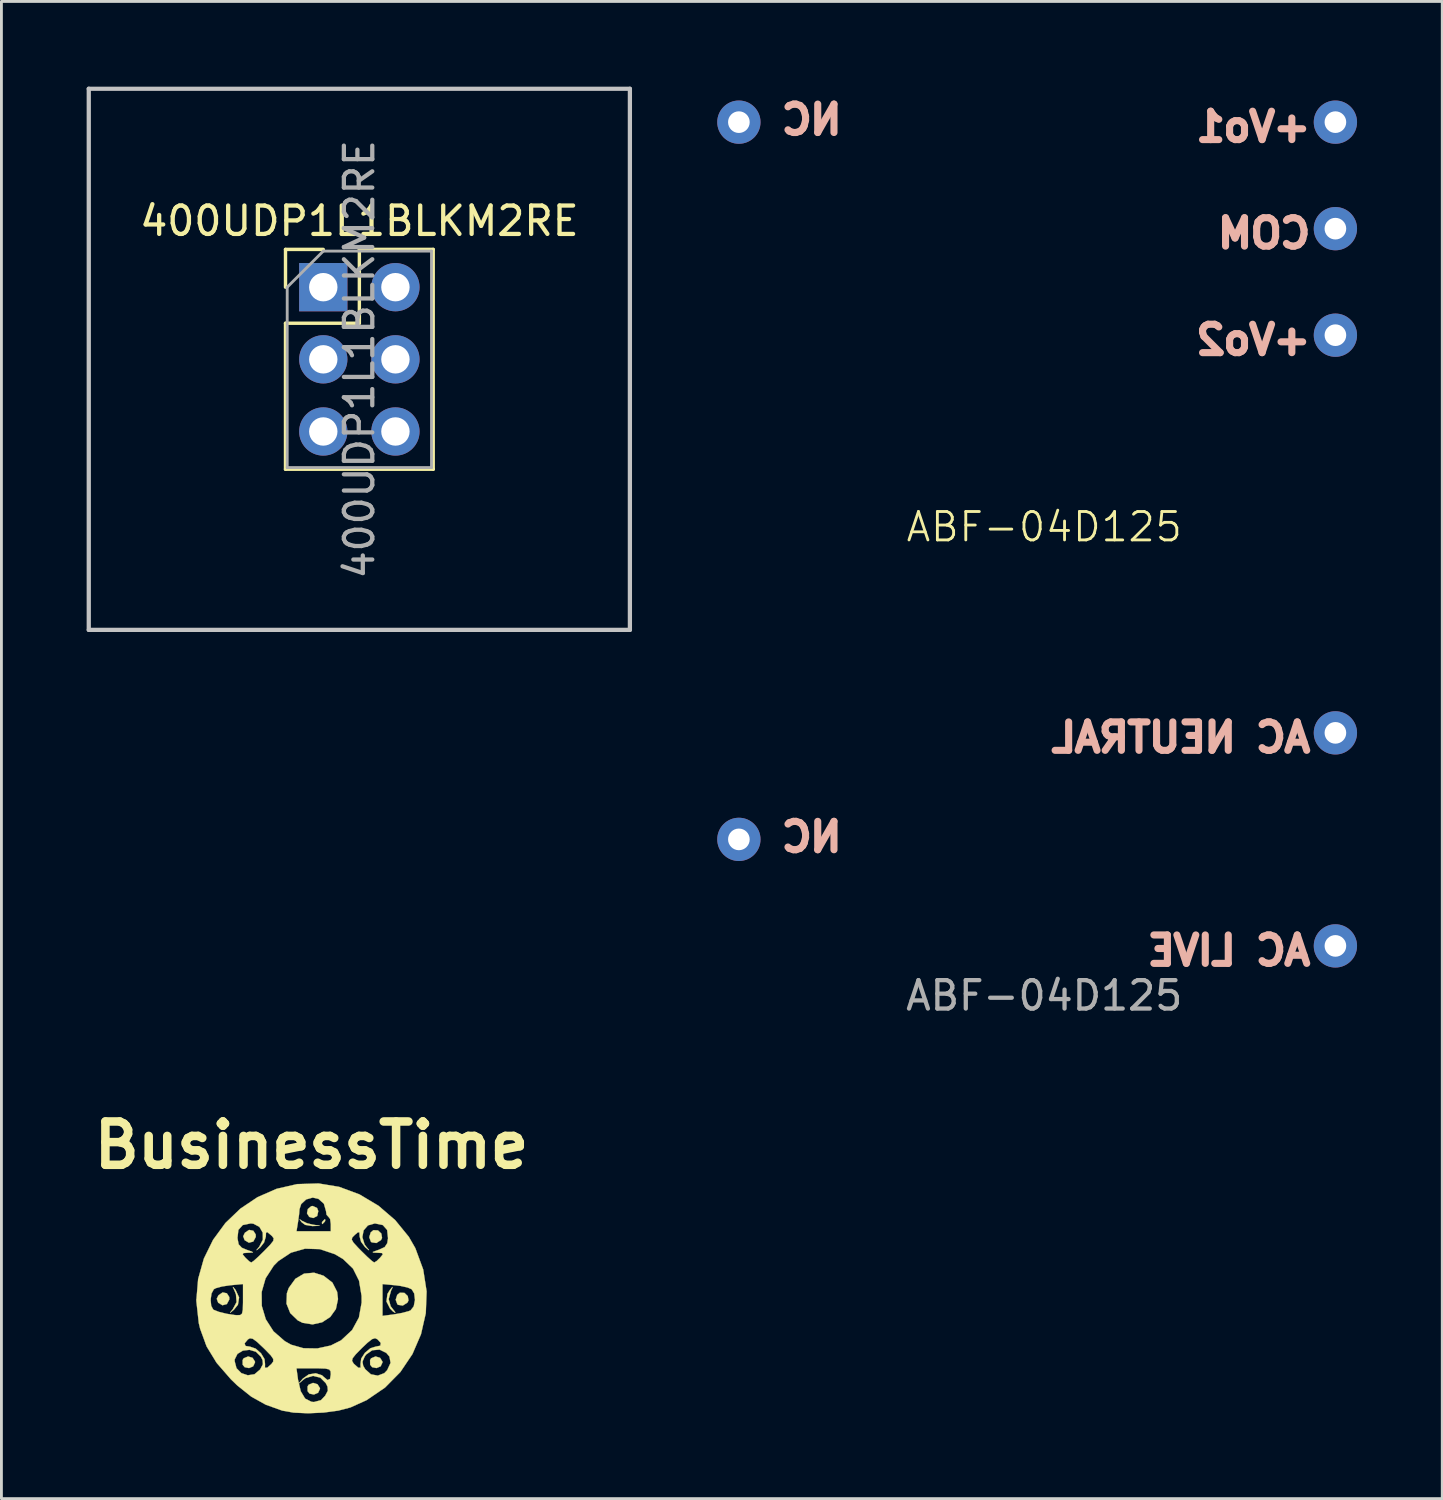
<source format=kicad_pcb>
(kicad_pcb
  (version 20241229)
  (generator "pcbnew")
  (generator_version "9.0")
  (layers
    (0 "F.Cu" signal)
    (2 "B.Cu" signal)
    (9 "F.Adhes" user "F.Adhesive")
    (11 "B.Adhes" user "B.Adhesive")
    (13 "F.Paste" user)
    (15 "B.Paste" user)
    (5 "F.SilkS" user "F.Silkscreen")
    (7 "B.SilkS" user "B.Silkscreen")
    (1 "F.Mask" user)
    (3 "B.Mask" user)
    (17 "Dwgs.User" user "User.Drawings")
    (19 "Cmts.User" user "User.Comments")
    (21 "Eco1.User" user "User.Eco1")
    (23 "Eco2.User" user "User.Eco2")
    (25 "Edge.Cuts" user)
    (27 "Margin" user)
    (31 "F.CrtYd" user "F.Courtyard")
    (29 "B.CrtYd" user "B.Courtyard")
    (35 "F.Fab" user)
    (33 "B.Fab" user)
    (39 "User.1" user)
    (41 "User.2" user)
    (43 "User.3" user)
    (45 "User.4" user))
  (footprint "BusinessTime"
    (layer "F.Cu")
    (at 7.918 42.666)
    (property "Reference" "BusinessTime" (at 0 -5.4 0) (layer "F.SilkS") (effects (font (size 1.524 1.524) (thickness 0.3))))
    (attr through_hole)
    (fp_poly (pts (xy 0.481 -2.739) (xy 0.466 -2.709) (xy 0.386 -2.628) (xy 0.371 -2.625) (xy 0.365 -2.679) (xy 0.381 -2.709) (xy 0.461 -2.79) (xy 0.476 -2.794) (xy 0.481 -2.739)) (stroke (width 0.01) (type solid)) (fill yes) (layer "F.SilkS"))
    (fp_poly (pts (xy -2.982 -0.187) (xy -2.896 -0.054) (xy -2.895 0.031) (xy -2.982 0.193) (xy -3.137 0.235) (xy -3.287 0.145) (xy -3.338 0.007) (xy -3.277 -0.117) (xy -3.13 -0.217) (xy -2.982 -0.187)) (stroke (width 0.01) (type solid)) (fill yes) (layer "F.SilkS"))
    (fp_poly (pts (xy -2.05 -2.389) (xy -1.965 -2.256) (xy -1.964 -2.17) (xy -2.051 -2.008) (xy -2.206 -1.967) (xy -2.356 -2.056) (xy -2.407 -2.194) (xy -2.346 -2.319) (xy -2.199 -2.418) (xy -2.05 -2.389)) (stroke (width 0.01) (type solid)) (fill yes) (layer "F.SilkS"))
    (fp_poly (pts (xy -0.383 -2.772) (xy -0.339 -2.738) (xy -0.163 -2.654) (xy 0.042 -2.603) (xy 0.296 -2.565) (xy 0.032 -2.553) (xy -0.224 -2.595) (xy -0.349 -2.688) (xy -0.422 -2.788) (xy -0.383 -2.772)) (stroke (width 0.01) (type solid)) (fill yes) (layer "F.SilkS"))
    (fp_poly (pts (xy 0.195 -3.189) (xy 0.237 -3.08) (xy 0.199 -2.907) (xy 0.061 -2.836) (xy -0.08 -2.875) (xy -0.161 -3.003) (xy -0.13 -3.154) (xy -0.011 -3.252) (xy 0.043 -3.26) (xy 0.195 -3.189)) (stroke (width 0.01) (type solid)) (fill yes) (layer "F.SilkS"))
    (fp_poly (pts (xy -2.076 2.085) (xy -1.991 2.219) (xy -1.99 2.245) (xy -2.055 2.385) (xy -2.201 2.446) (xy -2.354 2.415) (xy -2.425 2.329) (xy -2.427 2.165) (xy -2.391 2.103) (xy -2.234 2.037) (xy -2.076 2.085)) (stroke (width 0.01) (type solid)) (fill yes) (layer "F.SilkS"))
    (fp_poly (pts (xy 0.21 3.016) (xy 0.295 3.151) (xy 0.296 3.176) (xy 0.231 3.316) (xy 0.085 3.377) (xy -0.068 3.347) (xy -0.139 3.26) (xy -0.141 3.096) (xy -0.105 3.034) (xy 0.052 2.968) (xy 0.21 3.016)) (stroke (width 0.01) (type solid)) (fill yes) (layer "F.SilkS"))
    (fp_poly (pts (xy 2.339 -2.401) (xy 2.456 -2.29) (xy 2.482 -2.136) (xy 2.444 -2.06) (xy 2.281 -1.956) (xy 2.116 -1.981) (xy 2.088 -2.004) (xy 2.031 -2.161) (xy 2.083 -2.331) (xy 2.178 -2.409) (xy 2.339 -2.401)) (stroke (width 0.01) (type solid)) (fill yes) (layer "F.SilkS"))
    (fp_poly (pts (xy 2.412 2.085) (xy 2.496 2.219) (xy 2.498 2.245) (xy 2.432 2.385) (xy 2.286 2.446) (xy 2.134 2.415) (xy 2.063 2.329) (xy 2.06 2.165) (xy 2.096 2.103) (xy 2.253 2.037) (xy 2.412 2.085)) (stroke (width 0.01) (type solid)) (fill yes) (layer "F.SilkS"))
    (fp_poly (pts (xy 3.27 -0.2) (xy 3.387 -0.088) (xy 3.413 0.065) (xy 3.375 0.141) (xy 3.212 0.245) (xy 3.047 0.22) (xy 3.02 0.198) (xy 2.962 0.04) (xy 3.015 -0.13) (xy 3.109 -0.207) (xy 3.27 -0.2)) (stroke (width 0.01) (type solid)) (fill yes) (layer "F.SilkS"))
    (fp_poly (pts (xy -2.745 -0.391) (xy -2.672 -0.301) (xy -2.551 -0.04) (xy -2.592 0.217) (xy -2.731 0.389) (xy -2.86 0.496) (xy -2.869 0.491) (xy -2.773 0.374) (xy -2.64 0.123) (xy -2.662 -0.153) (xy -2.714 -0.281) (xy -2.772 -0.407) (xy -2.745 -0.391)) (stroke (width 0.01) (type solid)) (fill yes) (layer "F.SilkS"))
    (fp_poly (pts (xy 2.847 -0.383) (xy 2.799 -0.281) (xy 2.715 0.019) (xy 2.785 0.269) (xy 2.849 0.353) (xy 2.94 0.469) (xy 2.947 0.508) (xy 2.865 0.453) (xy 2.765 0.353) (xy 2.637 0.103) (xy 2.672 -0.164) (xy 2.756 -0.301) (xy 2.848 -0.411) (xy 2.847 -0.383)) (stroke (width 0.01) (type solid)) (fill yes) (layer "F.SilkS"))
    (fp_poly (pts (xy 0.422 -0.805) (xy 0.735 -0.563) (xy 0.901 -0.237) (xy 0.931 0.018) (xy 0.857 0.368) (xy 0.658 0.647) (xy 0.373 0.834) (xy 0.037 0.909) (xy -0.313 0.854) (xy -0.482 0.77) (xy -0.75 0.511) (xy -0.883 0.178) (xy -0.868 -0.19) (xy -0.803 -0.373) (xy -0.571 -0.696) (xy -0.264 -0.879) (xy 0.09 -0.911) (xy 0.422 -0.805)) (stroke (width 0.01) (type solid)) (fill yes) (layer "F.SilkS"))
    (fp_poly (pts (xy 0.97 -3.934) (xy 1.685 -3.669) (xy 2.354 -3.27) (xy 2.944 -2.763) (xy 3.424 -2.175) (xy 3.654 -1.775) (xy 3.931 -1.022) (xy 4.051 -0.252) (xy 4.022 0.514) (xy 3.853 1.255) (xy 3.552 1.953) (xy 3.127 2.585) (xy 2.586 3.133) (xy 1.937 3.576) (xy 1.369 3.832) (xy 0.941 3.944) (xy 0.423 4.013) (xy -0.122 4.038) (xy -0.631 4.015) (xy -1.032 3.944) (xy -1.614 3.735) (xy -2.122 3.452) (xy -2.61 3.062) (xy -2.668 3.006) (xy -0.466 3.006) (xy -0.445 2.988) (xy -0.381 3.262) (xy -0.226 3.52) (xy -0.004 3.633) (xy 0.085 3.641) (xy 0.331 3.576) (xy 0.48 3.419) (xy 0.573 3.243) (xy 0.562 3.099) (xy 0.5 2.975) (xy 0.308 2.783) (xy 0.054 2.721) (xy -0.209 2.798) (xy -0.283 2.851) (xy -0.445 2.988) (xy -0.446 2.983) (xy -0.466 3.006) (xy -2.668 3.006) (xy -2.838 2.842) (xy -3.338 2.267) (xy -3.382 2.196) (xy -2.709 2.196) (xy -2.642 2.451) (xy -2.471 2.624) (xy -2.244 2.7) (xy -2.008 2.663) (xy -1.812 2.497) (xy -1.806 2.488) (xy -1.789 2.455) (xy -0.531 2.455) (xy -0.477 2.852) (xy -0.446 2.983) (xy -0.304 2.815) (xy -0.097 2.669) (xy 0.149 2.629) (xy 0.366 2.699) (xy 0.423 2.752) (xy 0.564 2.868) (xy 0.652 2.826) (xy 0.677 2.667) (xy 0.669 2.557) (xy 0.619 2.494) (xy 0.491 2.464) (xy 0.249 2.456) (xy 0.073 2.455) (xy -0.531 2.455) (xy -1.789 2.455) (xy -1.713 2.312) (xy -1.724 2.168) (xy -1.786 2.043) (xy -1.957 1.872) (xy -2.184 1.804) (xy -2.418 1.832) (xy -2.609 1.947) (xy -2.706 2.142) (xy -2.709 2.196) (xy -3.382 2.196) (xy -3.693 1.687) (xy -3.733 1.579) (xy -2.359 1.579) (xy -2.321 1.668) (xy -2.165 1.693) (xy -1.966 1.761) (xy -1.78 1.925) (xy -1.656 2.13) (xy -1.638 2.304) (xy -1.64 2.434) (xy -1.557 2.431) (xy -1.412 2.302) (xy -1.348 2.213) (xy -1.348 2.191) (xy 1.425 2.191) (xy 1.474 2.276) (xy 1.496 2.302) (xy 1.647 2.434) (xy 1.727 2.431) (xy 1.723 2.304) (xy 1.734 2.22) (xy 1.793 2.22) (xy 1.818 2.365) (xy 1.891 2.488) (xy 2.09 2.666) (xy 2.333 2.712) (xy 2.563 2.624) (xy 2.662 2.521) (xy 2.782 2.263) (xy 2.742 2.042) (xy 2.632 1.912) (xy 2.394 1.796) (xy 2.136 1.819) (xy 1.92 1.97) (xy 1.87 2.043) (xy 1.793 2.22) (xy 1.734 2.22) (xy 1.748 2.112) (xy 1.88 1.908) (xy 2.069 1.75) (xy 2.25 1.693) (xy 2.421 1.658) (xy 2.436 1.561) (xy 2.324 1.436) (xy 2.237 1.394) (xy 2.129 1.428) (xy 1.967 1.556) (xy 1.775 1.738) (xy 1.559 1.958) (xy 1.448 2.097) (xy 1.425 2.191) (xy -1.348 2.191) (xy -1.349 2.125) (xy -1.434 2.001) (xy -1.621 1.807) (xy -1.691 1.738) (xy -1.92 1.523) (xy -2.068 1.415) (xy -2.17 1.397) (xy -2.239 1.436) (xy -2.359 1.579) (xy -3.733 1.579) (xy -3.922 1.063) (xy -3.97 0.864) (xy -4.057 0.073) (xy -4.054 0.039) (xy -3.553 0.039) (xy -3.533 0.254) (xy -3.46 0.388) (xy -3.458 0.39) (xy -3.267 0.466) (xy -2.988 0.535) (xy -2.702 0.579) (xy -2.625 0.584) (xy -2.511 0.579) (xy -2.448 0.529) (xy -2.42 0.395) (xy -2.413 0.14) (xy -2.413 0.041) (xy -2.413 -0.232) (xy -1.757 -0.232) (xy -1.752 0.258) (xy -1.611 0.729) (xy -1.34 1.152) (xy -0.944 1.497) (xy -0.72 1.623) (xy -0.286 1.747) (xy 0.201 1.755) (xy 0.676 1.652) (xy 1.041 1.469) (xy 1.428 1.107) (xy 1.668 0.666) (xy 1.678 0.609) (xy 2.498 0.609) (xy 2.914 0.554) (xy 3.193 0.504) (xy 3.419 0.443) (xy 3.486 0.415) (xy 3.597 0.273) (xy 3.641 0.049) (xy 3.614 -0.18) (xy 3.525 -0.329) (xy 3.379 -0.391) (xy 3.13 -0.446) (xy 2.954 -0.468) (xy 2.498 -0.512) (xy 2.498 0.609) (xy 1.678 0.609) (xy 1.763 0.14) (xy 1.761 -0.095) (xy 1.672 -0.63) (xy 1.459 -1.056) (xy 1.11 -1.392) (xy 0.82 -1.564) (xy 0.293 -1.741) (xy -0.23 -1.757) (xy -0.725 -1.616) (xy -1.168 -1.322) (xy -1.33 -1.159) (xy -1.618 -0.714) (xy -1.757 -0.232) (xy -2.413 -0.232) (xy -2.413 -0.512) (xy -2.869 -0.468) (xy -3.148 -0.427) (xy -3.365 -0.368) (xy -3.44 -0.329) (xy -3.521 -0.181) (xy -3.553 0.039) (xy -4.054 0.039) (xy -3.993 -0.689) (xy -3.791 -1.408) (xy -3.466 -2.07) (xy -3.424 -2.127) (xy -2.608 -2.127) (xy -2.608 -2.124) (xy -2.566 -1.909) (xy -2.453 -1.789) (xy -2.286 -1.719) (xy -2.098 -1.653) (xy -2.062 -1.624) (xy -2.171 -1.615) (xy -2.236 -1.613) (xy -2.403 -1.602) (xy -2.422 -1.552) (xy -2.328 -1.439) (xy -2.197 -1.314) (xy -2.122 -1.27) (xy -2.039 -1.326) (xy -1.876 -1.472) (xy -1.666 -1.678) (xy -1.456 -1.895) (xy -1.349 -2.03) (xy -1.34 -2.076) (xy 1.415 -2.076) (xy 1.477 -1.969) (xy 1.635 -1.796) (xy 1.751 -1.678) (xy 1.961 -1.472) (xy 2.124 -1.326) (xy 2.206 -1.27) (xy 2.297 -1.326) (xy 2.413 -1.439) (xy 2.51 -1.559) (xy 2.478 -1.604) (xy 2.32 -1.613) (xy 2.167 -1.619) (xy 2.155 -1.64) (xy 2.292 -1.692) (xy 2.371 -1.719) (xy 2.575 -1.813) (xy 2.665 -1.95) (xy 2.692 -2.124) (xy 2.661 -2.415) (xy 2.509 -2.588) (xy 2.232 -2.646) (xy 2.229 -2.646) (xy 1.986 -2.577) (xy 1.833 -2.402) (xy 1.788 -2.164) (xy 1.866 -1.911) (xy 1.926 -1.827) (xy 2.024 -1.709) (xy 2.011 -1.706) (xy 1.884 -1.812) (xy 1.743 -2.001) (xy 1.693 -2.185) (xy 1.685 -2.33) (xy 1.631 -2.334) (xy 1.521 -2.241) (xy 1.435 -2.154) (xy 1.415 -2.076) (xy -1.34 -2.076) (xy -1.331 -2.117) (xy -1.387 -2.196) (xy -1.437 -2.241) (xy -1.561 -2.343) (xy -1.604 -2.316) (xy -1.609 -2.185) (xy -1.671 -1.976) (xy -1.799 -1.812) (xy -1.928 -1.705) (xy -1.938 -1.71) (xy -1.841 -1.827) (xy -1.715 -2.076) (xy -1.719 -2.324) (xy -1.747 -2.371) (xy -0.53 -2.371) (xy 0.677 -2.371) (xy 0.677 -2.625) (xy 0.653 -2.803) (xy 0.594 -2.879) (xy 0.593 -2.879) (xy 0.528 -2.951) (xy 0.508 -3.084) (xy 0.434 -3.34) (xy 0.242 -3.511) (xy 0.042 -3.556) (xy -0.191 -3.49) (xy -0.366 -3.327) (xy -0.424 -3.148) (xy -0.438 -2.972) (xy -0.472 -2.726) (xy -0.478 -2.688) (xy -0.53 -2.371) (xy -1.747 -2.371) (xy -1.837 -2.526) (xy -2.05 -2.637) (xy -2.144 -2.646) (xy -2.422 -2.589) (xy -2.576 -2.417) (xy -2.608 -2.127) (xy -3.424 -2.127) (xy -3.033 -2.661) (xy -2.506 -3.166) (xy -1.9 -3.572) (xy -1.229 -3.865) (xy -0.508 -4.03) (xy 0.248 -4.053) (xy 0.97 -3.934)) (stroke (width 0.01) (type solid)) (fill yes) (layer "F.SilkS")))
  (footprint "ABF-04D125"
    (layer "F.Cu")
    (at 33.712 15.5)
    (property "Reference" "ABF-04D125" (at 0 0 0) (unlocked yes) (layer "F.SilkS") (effects (font (size 1 1) (thickness 0.1))))
    (attr through_hole)
    (fp_text user "AC LIVE" (at 9.5 15.5 0) (unlocked yes) (layer "B.SilkS") (effects (font (size 1 1) (thickness 0.25) (bold yes)) (justify left bottom mirror)))
    (fp_text user "COM" (at 9.5 -9.75 0) (unlocked yes) (layer "B.SilkS") (effects (font (size 1 1) (thickness 0.25) (bold yes)) (justify left bottom mirror)))
    (fp_text user "AC NEUTRAL" (at 9.5 8 0) (unlocked yes) (layer "B.SilkS") (effects (font (size 1 1) (thickness 0.25) (bold yes)) (justify left bottom mirror)))
    (fp_text user "NC" (at -7 -13.75 0) (unlocked yes) (layer "B.SilkS") (effects (font (size 1 1) (thickness 0.25) (bold yes)) (justify left bottom mirror)))
    (fp_text user "+Vo1" (at 9.5 -13.5 0) (unlocked yes) (layer "B.SilkS") (effects (font (size 1 1) (thickness 0.25) (bold yes)) (justify left bottom mirror)))
    (fp_text user "+Vo2" (at 9.5 -6 0) (unlocked yes) (layer "B.SilkS") (effects (font (size 1 1) (thickness 0.25) (bold yes)) (justify left bottom mirror)))
    (fp_text user "NC" (at -7 11.5 0) (unlocked yes) (layer "B.SilkS") (effects (font (size 1 1) (thickness 0.25) (bold yes)) (justify left bottom mirror)))
    (fp_text user "${REFERENCE}" (at 0 16.5 0) (unlocked yes) (layer "F.Fab") (effects (font (size 1 1) (thickness 0.15))))
    (pad "1" thru_hole circle (at -10.75 11) (size 1.524 1.524) (drill 0.762) (layers "*.Cu" "*.Mask"))
    (pad "2" thru_hole circle (at -10.75 -14.25) (size 1.524 1.524) (drill 0.762) (layers "*.Cu" "*.Mask"))
    (pad "3" thru_hole circle (at 10.25 -14.25) (size 1.524 1.524) (drill 0.762) (layers "*.Cu" "*.Mask"))
    (pad "4" thru_hole circle (at 10.25 -10.5) (size 1.524 1.524) (drill 0.762) (layers "*.Cu" "*.Mask"))
    (pad "5" thru_hole circle (at 10.25 -6.75) (size 1.524 1.524) (drill 0.762) (layers "*.Cu" "*.Mask"))
    (pad "6" thru_hole circle (at 10.25 7.25) (size 1.524 1.524) (drill 0.762) (layers "*.Cu" "*.Mask"))
    (pad "7" thru_hole circle (at 10.25 14.75) (size 1.524 1.524) (drill 0.762) (layers "*.Cu" "*.Mask")))
  (footprint "400UDP1L1BLKM2RE"
    (layer "F.Cu")
    (at 9.601 9.6)
    (property "Reference" "400UDP1L1BLKM2RE" (at 0 -4.87 0) (layer "F.SilkS") (effects (font (size 1 1) (thickness 0.15))))
    (attr through_hole)
    (fp_line (start -2.6 -3.87) (end -1.27 -3.87) (stroke (width 0.12) (type solid)) (layer "F.SilkS"))
    (fp_line (start -2.6 -2.54) (end -2.6 -3.87) (stroke (width 0.12) (type solid)) (layer "F.SilkS"))
    (fp_line (start -2.6 -1.27) (end -2.6 3.87) (stroke (width 0.12) (type solid)) (layer "F.SilkS"))
    (fp_line (start -2.6 -1.27) (end 0 -1.27) (stroke (width 0.12) (type solid)) (layer "F.SilkS"))
    (fp_line (start -2.6 3.87) (end 2.6 3.87) (stroke (width 0.12) (type solid)) (layer "F.SilkS"))
    (fp_line (start 0 -3.87) (end 2.6 -3.87) (stroke (width 0.12) (type solid)) (layer "F.SilkS"))
    (fp_line (start 0 -1.27) (end 0 -3.87) (stroke (width 0.12) (type solid)) (layer "F.SilkS"))
    (fp_line (start 2.6 -3.87) (end 2.6 3.87) (stroke (width 0.12) (type solid)) (layer "F.SilkS"))
    (fp_line (start -9.526 -9.525) (end 9.524 -9.525) (stroke (width 0.15) (type solid)) (layer "Dwgs.User"))
    (fp_line (start -9.526 9.525) (end -9.526 -9.525) (stroke (width 0.15) (type solid)) (layer "Dwgs.User"))
    (fp_line (start 9.524 -9.525) (end 9.524 9.525) (stroke (width 0.15) (type solid)) (layer "Dwgs.User"))
    (fp_line (start 9.524 9.525) (end -9.526 9.525) (stroke (width 0.15) (type solid)) (layer "Dwgs.User"))
    (fp_line (start -2.54 -2.54) (end -1.27 -3.81) (stroke (width 0.1) (type solid)) (layer "F.Fab"))
    (fp_line (start -2.54 3.81) (end -2.54 -2.54) (stroke (width 0.1) (type solid)) (layer "F.Fab"))
    (fp_line (start -1.27 -3.81) (end 2.54 -3.81) (stroke (width 0.1) (type solid)) (layer "F.Fab"))
    (fp_line (start 2.54 -3.81) (end 2.54 3.81) (stroke (width 0.1) (type solid)) (layer "F.Fab"))
    (fp_line (start 2.54 3.81) (end -2.54 3.81) (stroke (width 0.1) (type solid)) (layer "F.Fab"))
    (fp_text user "${REFERENCE}" (at 0 0 90) (layer "F.Fab") (effects (font (size 1 1) (thickness 0.15))))
    (pad "" np_thru_hole oval (at -1.27 2.54) (size 1.7 1.7) (drill 1) (layers "*.Cu" "*.Mask"))
    (pad "" np_thru_hole oval (at 1.27 2.54) (size 1.7 1.7) (drill 1) (layers "*.Cu" "*.Mask"))
    (pad "1" thru_hole rect (at -1.27 -2.54) (size 1.7 1.7) (drill 1) (layers "*.Cu" "*.Mask"))
    (pad "1" thru_hole oval (at 1.27 -2.54) (size 1.7 1.7) (drill 1) (layers "*.Cu" "*.Mask"))
    (pad "2" thru_hole oval (at -1.27 0) (size 1.7 1.7) (drill 1) (layers "*.Cu" "*.Mask"))
    (pad "2" thru_hole oval (at 1.27 0) (size 1.7 1.7) (drill 1) (layers "*.Cu" "*.Mask")))
  (gr_rect
    (start -3 -3)
    (end 47.724 49.709)
    (stroke (width 0.1) (type default))
    (fill no)
    (layer "Edge.Cuts")))
</source>
